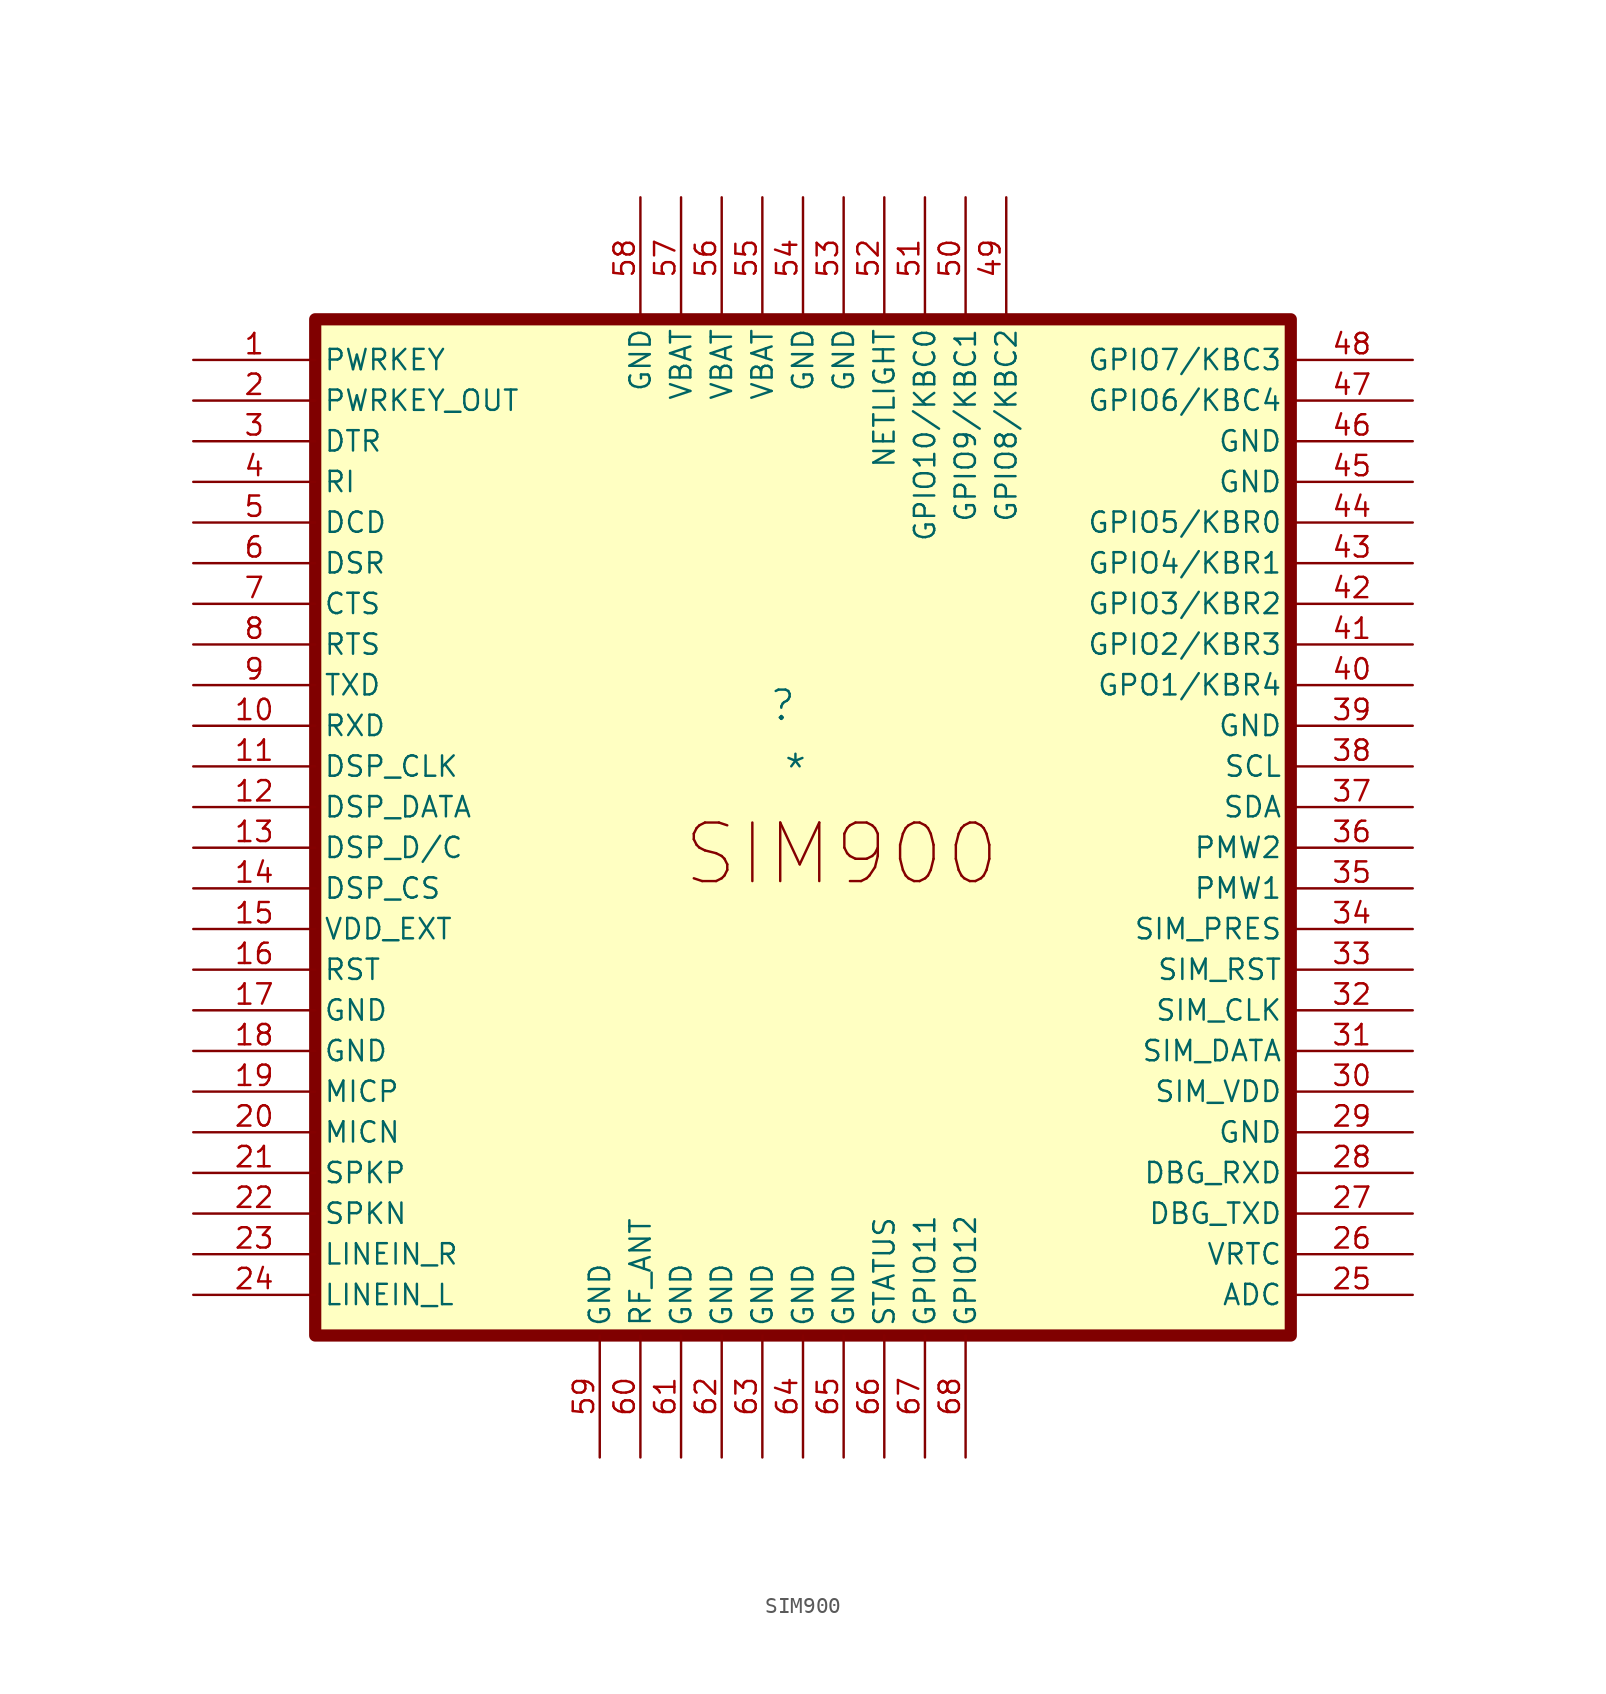
<source format=kicad_sym>
(kicad_symbol_lib
  (version 20241209)
  (generator "kicad_symbol_editor")
  (generator_version "9.0")
  (symbol "SIM900"
    (property "Reference" ""
      (at -1.27 1.27 0)
      (effects (font (size 1.829 1.829))))
    (property "Value" "*"
      (at -1.27 -3.81 0)
      (effects (font (size 1.829 1.829)) (justify left bottom)))
    (symbol "SIM900_1_0"
      (polyline (pts (xy -30.48 -38.1) (xy -30.48 25.4) (xy 30.48 25.4) (xy 30.48 -38.1) (xy -30.48 -38.1)) (stroke (width 0) (type solid) (color 175 155 143 1)) (fill (type none)))
      (rectangle (start 30.48 25.4) (end -30.48 -38.1) (stroke (width 0.762) (type solid) (color 128 0 0 1)) (fill (type background)))
      (text "SIM900" (at -7.62 -10.16 0) (effects (font (size 3.658 3.658)) (justify left bottom)))
      (pin passive line (at -38.1 22.86 0) (length 7.62) (name "PWRKEY" (effects (font (size 1.27 1.27)))) (number "1" (effects (font (size 1.27 1.27)))))
      (pin passive line (at -38.1 20.32 0) (length 7.62) (name "PWRKEY_OUT" (effects (font (size 1.27 1.27)))) (number "2" (effects (font (size 1.27 1.27)))))
      (pin passive line (at -38.1 17.78 0) (length 7.62) (name "DTR" (effects (font (size 1.27 1.27)))) (number "3" (effects (font (size 1.27 1.27)))))
      (pin passive line (at -38.1 15.24 0) (length 7.62) (name "RI" (effects (font (size 1.27 1.27)))) (number "4" (effects (font (size 1.27 1.27)))))
      (pin passive line (at -38.1 12.7 0) (length 7.62) (name "DCD" (effects (font (size 1.27 1.27)))) (number "5" (effects (font (size 1.27 1.27)))))
      (pin passive line (at -38.1 10.16 0) (length 7.62) (name "DSR" (effects (font (size 1.27 1.27)))) (number "6" (effects (font (size 1.27 1.27)))))
      (pin passive line (at -38.1 7.62 0) (length 7.62) (name "CTS" (effects (font (size 1.27 1.27)))) (number "7" (effects (font (size 1.27 1.27)))))
      (pin passive line (at -38.1 5.08 0) (length 7.62) (name "RTS" (effects (font (size 1.27 1.27)))) (number "8" (effects (font (size 1.27 1.27)))))
      (pin passive line (at -38.1 2.54 0) (length 7.62) (name "TXD" (effects (font (size 1.27 1.27)))) (number "9" (effects (font (size 1.27 1.27)))))
      (pin passive line (at -38.1 0 0) (length 7.62) (name "RXD" (effects (font (size 1.27 1.27)))) (number "10" (effects (font (size 1.27 1.27)))))
      (pin passive line (at -38.1 -2.54 0) (length 7.62) (name "DSP_CLK" (effects (font (size 1.27 1.27)))) (number "11" (effects (font (size 1.27 1.27)))))
      (pin passive line (at -38.1 -5.08 0) (length 7.62) (name "DSP_DATA" (effects (font (size 1.27 1.27)))) (number "12" (effects (font (size 1.27 1.27)))))
      (pin passive line (at -38.1 -7.62 0) (length 7.62) (name "DSP_D/C" (effects (font (size 1.27 1.27)))) (number "13" (effects (font (size 1.27 1.27)))))
      (pin passive line (at -38.1 -10.16 0) (length 7.62) (name "DSP_CS" (effects (font (size 1.27 1.27)))) (number "14" (effects (font (size 1.27 1.27)))))
      (pin passive line (at -38.1 -12.7 0) (length 7.62) (name "VDD_EXT" (effects (font (size 1.27 1.27)))) (number "15" (effects (font (size 1.27 1.27)))))
      (pin passive line (at -38.1 -15.24 0) (length 7.62) (name "RST" (effects (font (size 1.27 1.27)))) (number "16" (effects (font (size 1.27 1.27)))))
      (pin passive line (at -38.1 -17.78 0) (length 7.62) (name "GND" (effects (font (size 1.27 1.27)))) (number "17" (effects (font (size 1.27 1.27)))))
      (pin passive line (at -38.1 -20.32 0) (length 7.62) (name "GND" (effects (font (size 1.27 1.27)))) (number "18" (effects (font (size 1.27 1.27)))))
      (pin passive line (at -38.1 -22.86 0) (length 7.62) (name "MICP" (effects (font (size 1.27 1.27)))) (number "19" (effects (font (size 1.27 1.27)))))
      (pin passive line (at -38.1 -25.4 0) (length 7.62) (name "MICN" (effects (font (size 1.27 1.27)))) (number "20" (effects (font (size 1.27 1.27)))))
      (pin passive line (at -38.1 -27.94 0) (length 7.62) (name "SPKP" (effects (font (size 1.27 1.27)))) (number "21" (effects (font (size 1.27 1.27)))))
      (pin passive line (at -38.1 -30.48 0) (length 7.62) (name "SPKN" (effects (font (size 1.27 1.27)))) (number "22" (effects (font (size 1.27 1.27)))))
      (pin passive line (at -38.1 -33.02 0) (length 7.62) (name "LINEIN_R" (effects (font (size 1.27 1.27)))) (number "23" (effects (font (size 1.27 1.27)))))
      (pin passive line (at -38.1 -35.56 0) (length 7.62) (name "LINEIN_L" (effects (font (size 1.27 1.27)))) (number "24" (effects (font (size 1.27 1.27)))))
      (pin passive line (at -12.7 -45.72 90) (length 7.62) (name "GND" (effects (font (size 1.27 1.27)))) (number "59" (effects (font (size 1.27 1.27)))))
      (pin passive line (at -10.16 33.02 270) (length 7.62) (name "GND" (effects (font (size 1.27 1.27)))) (number "58" (effects (font (size 1.27 1.27)))))
      (pin passive line (at -10.16 -45.72 90) (length 7.62) (name "RF_ANT" (effects (font (size 1.27 1.27)))) (number "60" (effects (font (size 1.27 1.27)))))
      (pin passive line (at -7.62 33.02 270) (length 7.62) (name "VBAT" (effects (font (size 1.27 1.27)))) (number "57" (effects (font (size 1.27 1.27)))))
      (pin passive line (at -7.62 -45.72 90) (length 7.62) (name "GND" (effects (font (size 1.27 1.27)))) (number "61" (effects (font (size 1.27 1.27)))))
      (pin passive line (at -5.08 33.02 270) (length 7.62) (name "VBAT" (effects (font (size 1.27 1.27)))) (number "56" (effects (font (size 1.27 1.27)))))
      (pin passive line (at -5.08 -45.72 90) (length 7.62) (name "GND" (effects (font (size 1.27 1.27)))) (number "62" (effects (font (size 1.27 1.27)))))
      (pin passive line (at -2.54 33.02 270) (length 7.62) (name "VBAT" (effects (font (size 1.27 1.27)))) (number "55" (effects (font (size 1.27 1.27)))))
      (pin passive line (at -2.54 -45.72 90) (length 7.62) (name "GND" (effects (font (size 1.27 1.27)))) (number "63" (effects (font (size 1.27 1.27)))))
      (pin passive line (at 0 33.02 270) (length 7.62) (name "GND" (effects (font (size 1.27 1.27)))) (number "54" (effects (font (size 1.27 1.27)))))
      (pin passive line (at 0 -45.72 90) (length 7.62) (name "GND" (effects (font (size 1.27 1.27)))) (number "64" (effects (font (size 1.27 1.27)))))
      (pin passive line (at 2.54 33.02 270) (length 7.62) (name "GND" (effects (font (size 1.27 1.27)))) (number "53" (effects (font (size 1.27 1.27)))))
      (pin passive line (at 2.54 -45.72 90) (length 7.62) (name "GND" (effects (font (size 1.27 1.27)))) (number "65" (effects (font (size 1.27 1.27)))))
      (pin passive line (at 5.08 33.02 270) (length 7.62) (name "NETLIGHT" (effects (font (size 1.27 1.27)))) (number "52" (effects (font (size 1.27 1.27)))))
      (pin passive line (at 5.08 -45.72 90) (length 7.62) (name "STATUS" (effects (font (size 1.27 1.27)))) (number "66" (effects (font (size 1.27 1.27)))))
      (pin passive line (at 7.62 33.02 270) (length 7.62) (name "GPIO10/KBC0" (effects (font (size 1.27 1.27)))) (number "51" (effects (font (size 1.27 1.27)))))
      (pin passive line (at 7.62 -45.72 90) (length 7.62) (name "GPIO11" (effects (font (size 1.27 1.27)))) (number "67" (effects (font (size 1.27 1.27)))))
      (pin passive line (at 10.16 33.02 270) (length 7.62) (name "GPIO9/KBC1" (effects (font (size 1.27 1.27)))) (number "50" (effects (font (size 1.27 1.27)))))
      (pin passive line (at 10.16 -45.72 90) (length 7.62) (name "GPIO12" (effects (font (size 1.27 1.27)))) (number "68" (effects (font (size 1.27 1.27)))))
      (pin passive line (at 12.7 33.02 270) (length 7.62) (name "GPIO8/KBC2" (effects (font (size 1.27 1.27)))) (number "49" (effects (font (size 1.27 1.27)))))
      (pin passive line (at 38.1 22.86 180) (length 7.62) (name "GPIO7/KBC3" (effects (font (size 1.27 1.27)))) (number "48" (effects (font (size 1.27 1.27)))))
      (pin passive line (at 38.1 20.32 180) (length 7.62) (name "GPIO6/KBC4" (effects (font (size 1.27 1.27)))) (number "47" (effects (font (size 1.27 1.27)))))
      (pin passive line (at 38.1 17.78 180) (length 7.62) (name "GND" (effects (font (size 1.27 1.27)))) (number "46" (effects (font (size 1.27 1.27)))))
      (pin passive line (at 38.1 15.24 180) (length 7.62) (name "GND" (effects (font (size 1.27 1.27)))) (number "45" (effects (font (size 1.27 1.27)))))
      (pin passive line (at 38.1 12.7 180) (length 7.62) (name "GPIO5/KBR0" (effects (font (size 1.27 1.27)))) (number "44" (effects (font (size 1.27 1.27)))))
      (pin passive line (at 38.1 10.16 180) (length 7.62) (name "GPIO4/KBR1" (effects (font (size 1.27 1.27)))) (number "43" (effects (font (size 1.27 1.27)))))
      (pin passive line (at 38.1 7.62 180) (length 7.62) (name "GPIO3/KBR2" (effects (font (size 1.27 1.27)))) (number "42" (effects (font (size 1.27 1.27)))))
      (pin passive line (at 38.1 5.08 180) (length 7.62) (name "GPIO2/KBR3" (effects (font (size 1.27 1.27)))) (number "41" (effects (font (size 1.27 1.27)))))
      (pin passive line (at 38.1 2.54 180) (length 7.62) (name "GPO1/KBR4" (effects (font (size 1.27 1.27)))) (number "40" (effects (font (size 1.27 1.27)))))
      (pin passive line (at 38.1 0 180) (length 7.62) (name "GND" (effects (font (size 1.27 1.27)))) (number "39" (effects (font (size 1.27 1.27)))))
      (pin passive line (at 38.1 -2.54 180) (length 7.62) (name "SCL" (effects (font (size 1.27 1.27)))) (number "38" (effects (font (size 1.27 1.27)))))
      (pin passive line (at 38.1 -5.08 180) (length 7.62) (name "SDA" (effects (font (size 1.27 1.27)))) (number "37" (effects (font (size 1.27 1.27)))))
      (pin passive line (at 38.1 -7.62 180) (length 7.62) (name "PMW2" (effects (font (size 1.27 1.27)))) (number "36" (effects (font (size 1.27 1.27)))))
      (pin passive line (at 38.1 -10.16 180) (length 7.62) (name "PMW1" (effects (font (size 1.27 1.27)))) (number "35" (effects (font (size 1.27 1.27)))))
      (pin passive line (at 38.1 -12.7 180) (length 7.62) (name "SIM_PRES" (effects (font (size 1.27 1.27)))) (number "34" (effects (font (size 1.27 1.27)))))
      (pin passive line (at 38.1 -15.24 180) (length 7.62) (name "SIM_RST" (effects (font (size 1.27 1.27)))) (number "33" (effects (font (size 1.27 1.27)))))
      (pin passive line (at 38.1 -17.78 180) (length 7.62) (name "SIM_CLK" (effects (font (size 1.27 1.27)))) (number "32" (effects (font (size 1.27 1.27)))))
      (pin passive line (at 38.1 -20.32 180) (length 7.62) (name "SIM_DATA" (effects (font (size 1.27 1.27)))) (number "31" (effects (font (size 1.27 1.27)))))
      (pin passive line (at 38.1 -22.86 180) (length 7.62) (name "SIM_VDD" (effects (font (size 1.27 1.27)))) (number "30" (effects (font (size 1.27 1.27)))))
      (pin passive line (at 38.1 -25.4 180) (length 7.62) (name "GND" (effects (font (size 1.27 1.27)))) (number "29" (effects (font (size 1.27 1.27)))))
      (pin passive line (at 38.1 -27.94 180) (length 7.62) (name "DBG_RXD" (effects (font (size 1.27 1.27)))) (number "28" (effects (font (size 1.27 1.27)))))
      (pin passive line (at 38.1 -30.48 180) (length 7.62) (name "DBG_TXD" (effects (font (size 1.27 1.27)))) (number "27" (effects (font (size 1.27 1.27)))))
      (pin passive line (at 38.1 -33.02 180) (length 7.62) (name "VRTC" (effects (font (size 1.27 1.27)))) (number "26" (effects (font (size 1.27 1.27)))))
      (pin passive line (at 38.1 -35.56 180) (length 7.62) (name "ADC" (effects (font (size 1.27 1.27)))) (number "25" (effects (font (size 1.27 1.27))))))))
</source>
